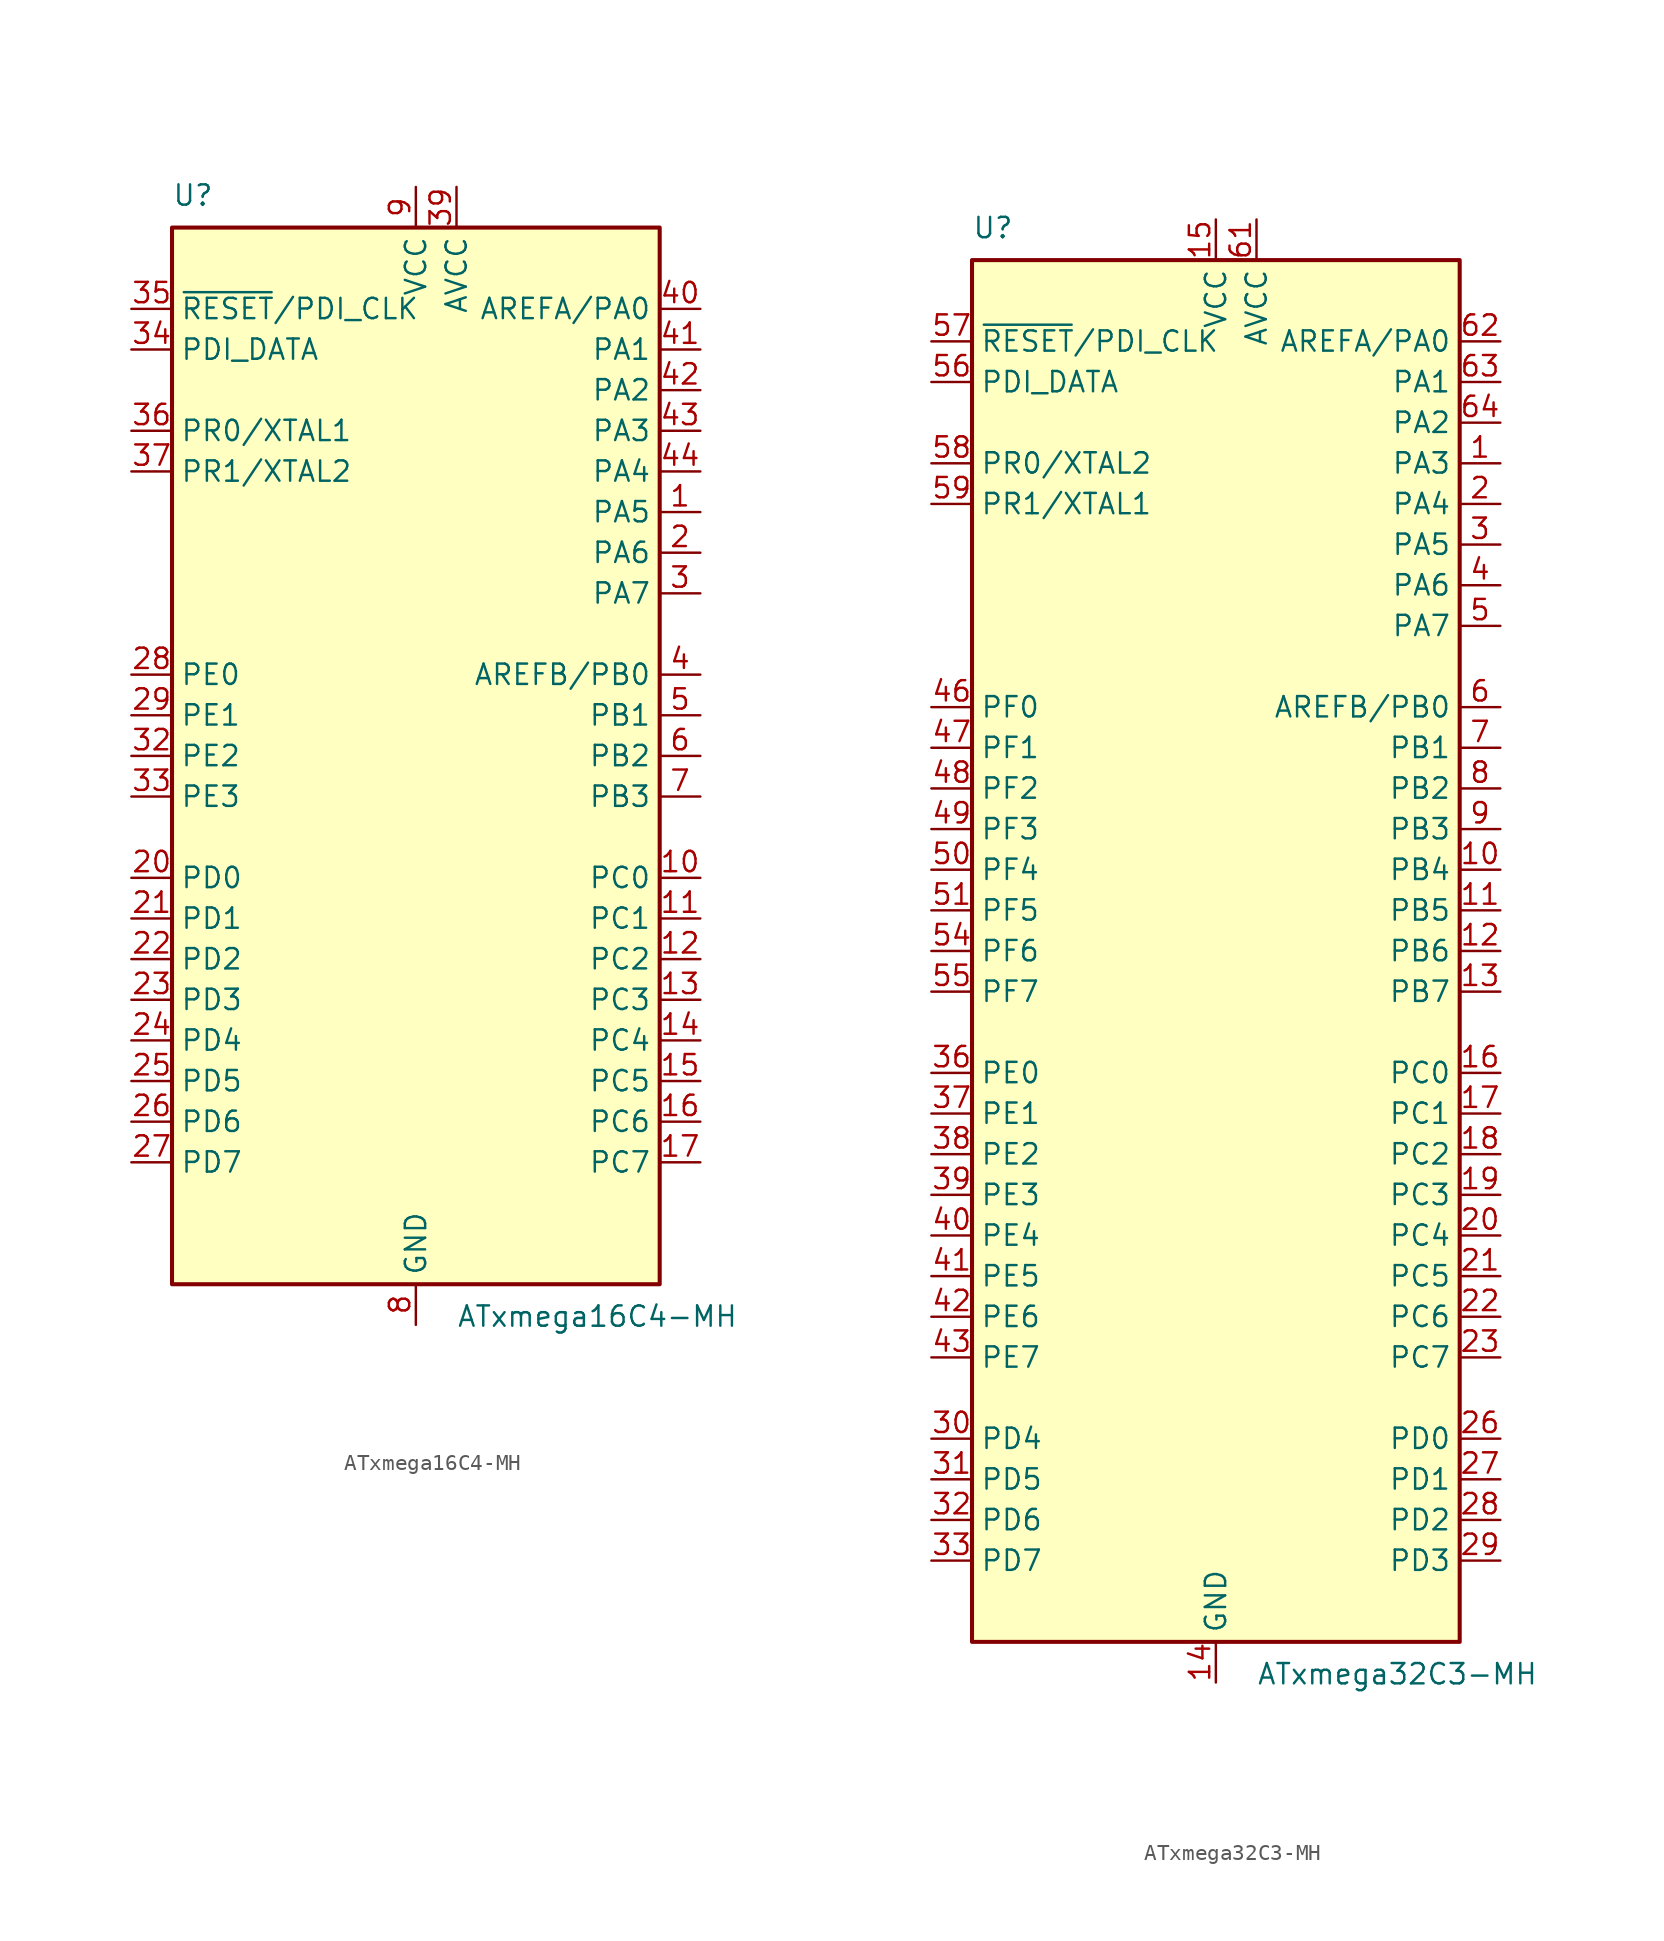
<source format=kicad_sym>
(kicad_symbol_lib
  (version 20201005)
  (generator kicad_symbol_editor)
  (symbol "ATxmega16C4-MH"
    (property "Reference" "U"
      (at -15.24 34.29 0)
      (effects (font (size 1.27 1.27)) (justify left bottom)))
    (property "Value" "ATxmega16C4-MH"
      (at 2.54 -34.29 0)
      (effects (font (size 1.27 1.27)) (justify left top)))
    (symbol "ATxmega16C4-MH_0_1"
      (rectangle (start -15.24 -33.02) (end 15.24 33.02) (stroke (width 0.254)) (fill (type background))))
    (symbol "ATxmega16C4-MH_1_1"
      (pin tri_state line (at 17.78 15.24 180) (length 2.54) (name "PA5" (effects (font (size 1.27 1.27)))) (number "1" (effects (font (size 1.27 1.27)))))
      (pin tri_state line (at 17.78 -7.62 180) (length 2.54) (name "PC0" (effects (font (size 1.27 1.27)))) (number "10" (effects (font (size 1.27 1.27)))))
      (pin tri_state line (at 17.78 -10.16 180) (length 2.54) (name "PC1" (effects (font (size 1.27 1.27)))) (number "11" (effects (font (size 1.27 1.27)))))
      (pin tri_state line (at 17.78 -12.7 180) (length 2.54) (name "PC2" (effects (font (size 1.27 1.27)))) (number "12" (effects (font (size 1.27 1.27)))))
      (pin tri_state line (at 17.78 -15.24 180) (length 2.54) (name "PC3" (effects (font (size 1.27 1.27)))) (number "13" (effects (font (size 1.27 1.27)))))
      (pin tri_state line (at 17.78 -17.78 180) (length 2.54) (name "PC4" (effects (font (size 1.27 1.27)))) (number "14" (effects (font (size 1.27 1.27)))))
      (pin tri_state line (at 17.78 -20.32 180) (length 2.54) (name "PC5" (effects (font (size 1.27 1.27)))) (number "15" (effects (font (size 1.27 1.27)))))
      (pin tri_state line (at 17.78 -22.86 180) (length 2.54) (name "PC6" (effects (font (size 1.27 1.27)))) (number "16" (effects (font (size 1.27 1.27)))))
      (pin tri_state line (at 17.78 -25.4 180) (length 2.54) (name "PC7" (effects (font (size 1.27 1.27)))) (number "17" (effects (font (size 1.27 1.27)))))
      (pin passive line (at 0 -35.56 90) (length 2.54) hide (name "GND" (effects (font (size 1.27 1.27)))) (number "18" (effects (font (size 1.27 1.27)))))
      (pin passive line (at 0 35.56 270) (length 2.54) hide (name "VCC" (effects (font (size 1.27 1.27)))) (number "19" (effects (font (size 1.27 1.27)))))
      (pin tri_state line (at 17.78 12.7 180) (length 2.54) (name "PA6" (effects (font (size 1.27 1.27)))) (number "2" (effects (font (size 1.27 1.27)))))
      (pin tri_state line (at -17.78 -7.62 0) (length 2.54) (name "PD0" (effects (font (size 1.27 1.27)))) (number "20" (effects (font (size 1.27 1.27)))))
      (pin tri_state line (at -17.78 -10.16 0) (length 2.54) (name "PD1" (effects (font (size 1.27 1.27)))) (number "21" (effects (font (size 1.27 1.27)))))
      (pin tri_state line (at -17.78 -12.7 0) (length 2.54) (name "PD2" (effects (font (size 1.27 1.27)))) (number "22" (effects (font (size 1.27 1.27)))))
      (pin tri_state line (at -17.78 -15.24 0) (length 2.54) (name "PD3" (effects (font (size 1.27 1.27)))) (number "23" (effects (font (size 1.27 1.27)))))
      (pin tri_state line (at -17.78 -17.78 0) (length 2.54) (name "PD4" (effects (font (size 1.27 1.27)))) (number "24" (effects (font (size 1.27 1.27)))))
      (pin tri_state line (at -17.78 -20.32 0) (length 2.54) (name "PD5" (effects (font (size 1.27 1.27)))) (number "25" (effects (font (size 1.27 1.27)))))
      (pin tri_state line (at -17.78 -22.86 0) (length 2.54) (name "PD6" (effects (font (size 1.27 1.27)))) (number "26" (effects (font (size 1.27 1.27)))))
      (pin tri_state line (at -17.78 -25.4 0) (length 2.54) (name "PD7" (effects (font (size 1.27 1.27)))) (number "27" (effects (font (size 1.27 1.27)))))
      (pin tri_state line (at -17.78 5.08 0) (length 2.54) (name "PE0" (effects (font (size 1.27 1.27)))) (number "28" (effects (font (size 1.27 1.27)))))
      (pin tri_state line (at -17.78 2.54 0) (length 2.54) (name "PE1" (effects (font (size 1.27 1.27)))) (number "29" (effects (font (size 1.27 1.27)))))
      (pin tri_state line (at 17.78 10.16 180) (length 2.54) (name "PA7" (effects (font (size 1.27 1.27)))) (number "3" (effects (font (size 1.27 1.27)))))
      (pin passive line (at 0 -35.56 90) (length 2.54) hide (name "GND" (effects (font (size 1.27 1.27)))) (number "30" (effects (font (size 1.27 1.27)))))
      (pin passive line (at 0 35.56 270) (length 2.54) hide (name "VCC" (effects (font (size 1.27 1.27)))) (number "31" (effects (font (size 1.27 1.27)))))
      (pin tri_state line (at -17.78 0 0) (length 2.54) (name "PE2" (effects (font (size 1.27 1.27)))) (number "32" (effects (font (size 1.27 1.27)))))
      (pin tri_state line (at -17.78 -2.54 0) (length 2.54) (name "PE3" (effects (font (size 1.27 1.27)))) (number "33" (effects (font (size 1.27 1.27)))))
      (pin bidirectional line (at -17.78 25.4 0) (length 2.54) (name "PDI_DATA" (effects (font (size 1.27 1.27)))) (number "34" (effects (font (size 1.27 1.27)))))
      (pin input line (at -17.78 27.94 0) (length 2.54) (name "~RESET~/PDI_CLK" (effects (font (size 1.27 1.27)))) (number "35" (effects (font (size 1.27 1.27)))))
      (pin tri_state line (at -17.78 20.32 0) (length 2.54) (name "PR0/XTAL1" (effects (font (size 1.27 1.27)))) (number "36" (effects (font (size 1.27 1.27)))))
      (pin tri_state line (at -17.78 17.78 0) (length 2.54) (name "PR1/XTAL2" (effects (font (size 1.27 1.27)))) (number "37" (effects (font (size 1.27 1.27)))))
      (pin passive line (at 0 -35.56 90) (length 2.54) hide (name "GND" (effects (font (size 1.27 1.27)))) (number "38" (effects (font (size 1.27 1.27)))))
      (pin power_in line (at 2.54 35.56 270) (length 2.54) (name "AVCC" (effects (font (size 1.27 1.27)))) (number "39" (effects (font (size 1.27 1.27)))))
      (pin tri_state line (at 17.78 5.08 180) (length 2.54) (name "AREFB/PB0" (effects (font (size 1.27 1.27)))) (number "4" (effects (font (size 1.27 1.27)))))
      (pin tri_state line (at 17.78 27.94 180) (length 2.54) (name "AREFA/PA0" (effects (font (size 1.27 1.27)))) (number "40" (effects (font (size 1.27 1.27)))))
      (pin tri_state line (at 17.78 25.4 180) (length 2.54) (name "PA1" (effects (font (size 1.27 1.27)))) (number "41" (effects (font (size 1.27 1.27)))))
      (pin tri_state line (at 17.78 22.86 180) (length 2.54) (name "PA2" (effects (font (size 1.27 1.27)))) (number "42" (effects (font (size 1.27 1.27)))))
      (pin tri_state line (at 17.78 20.32 180) (length 2.54) (name "PA3" (effects (font (size 1.27 1.27)))) (number "43" (effects (font (size 1.27 1.27)))))
      (pin tri_state line (at 17.78 17.78 180) (length 2.54) (name "PA4" (effects (font (size 1.27 1.27)))) (number "44" (effects (font (size 1.27 1.27)))))
      (pin passive line (at 0 -35.56 90) (length 2.54) hide (name "GND" (effects (font (size 1.27 1.27)))) (number "45" (effects (font (size 1.27 1.27)))))
      (pin tri_state line (at 17.78 2.54 180) (length 2.54) (name "PB1" (effects (font (size 1.27 1.27)))) (number "5" (effects (font (size 1.27 1.27)))))
      (pin tri_state line (at 17.78 0 180) (length 2.54) (name "PB2" (effects (font (size 1.27 1.27)))) (number "6" (effects (font (size 1.27 1.27)))))
      (pin tri_state line (at 17.78 -2.54 180) (length 2.54) (name "PB3" (effects (font (size 1.27 1.27)))) (number "7" (effects (font (size 1.27 1.27)))))
      (pin power_in line (at 0 -35.56 90) (length 2.54) (name "GND" (effects (font (size 1.27 1.27)))) (number "8" (effects (font (size 1.27 1.27)))))
      (pin power_in line (at 0 35.56 270) (length 2.54) (name "VCC" (effects (font (size 1.27 1.27)))) (number "9" (effects (font (size 1.27 1.27)))))))
  (symbol "ATxmega32C3-MH"
    (property "Reference" "U"
      (at -15.24 44.45 0)
      (effects (font (size 1.27 1.27)) (justify left bottom)))
    (property "Value" "ATxmega32C3-MH"
      (at 2.54 -44.45 0)
      (effects (font (size 1.27 1.27)) (justify left top)))
    (symbol "ATxmega32C3-MH_0_1"
      (rectangle (start -15.24 -43.18) (end 15.24 43.18) (stroke (width 0.254)) (fill (type background))))
    (symbol "ATxmega32C3-MH_1_1"
      (pin tri_state line (at 17.78 30.48 180) (length 2.54) (name "PA3" (effects (font (size 1.27 1.27)))) (number "1" (effects (font (size 1.27 1.27)))))
      (pin tri_state line (at 17.78 5.08 180) (length 2.54) (name "PB4" (effects (font (size 1.27 1.27)))) (number "10" (effects (font (size 1.27 1.27)))))
      (pin tri_state line (at 17.78 2.54 180) (length 2.54) (name "PB5" (effects (font (size 1.27 1.27)))) (number "11" (effects (font (size 1.27 1.27)))))
      (pin tri_state line (at 17.78 0 180) (length 2.54) (name "PB6" (effects (font (size 1.27 1.27)))) (number "12" (effects (font (size 1.27 1.27)))))
      (pin tri_state line (at 17.78 -2.54 180) (length 2.54) (name "PB7" (effects (font (size 1.27 1.27)))) (number "13" (effects (font (size 1.27 1.27)))))
      (pin power_in line (at 0 -45.72 90) (length 2.54) (name "GND" (effects (font (size 1.27 1.27)))) (number "14" (effects (font (size 1.27 1.27)))))
      (pin power_in line (at 0 45.72 270) (length 2.54) (name "VCC" (effects (font (size 1.27 1.27)))) (number "15" (effects (font (size 1.27 1.27)))))
      (pin tri_state line (at 17.78 -7.62 180) (length 2.54) (name "PC0" (effects (font (size 1.27 1.27)))) (number "16" (effects (font (size 1.27 1.27)))))
      (pin tri_state line (at 17.78 -10.16 180) (length 2.54) (name "PC1" (effects (font (size 1.27 1.27)))) (number "17" (effects (font (size 1.27 1.27)))))
      (pin tri_state line (at 17.78 -12.7 180) (length 2.54) (name "PC2" (effects (font (size 1.27 1.27)))) (number "18" (effects (font (size 1.27 1.27)))))
      (pin tri_state line (at 17.78 -15.24 180) (length 2.54) (name "PC3" (effects (font (size 1.27 1.27)))) (number "19" (effects (font (size 1.27 1.27)))))
      (pin tri_state line (at 17.78 27.94 180) (length 2.54) (name "PA4" (effects (font (size 1.27 1.27)))) (number "2" (effects (font (size 1.27 1.27)))))
      (pin tri_state line (at 17.78 -17.78 180) (length 2.54) (name "PC4" (effects (font (size 1.27 1.27)))) (number "20" (effects (font (size 1.27 1.27)))))
      (pin tri_state line (at 17.78 -20.32 180) (length 2.54) (name "PC5" (effects (font (size 1.27 1.27)))) (number "21" (effects (font (size 1.27 1.27)))))
      (pin tri_state line (at 17.78 -22.86 180) (length 2.54) (name "PC6" (effects (font (size 1.27 1.27)))) (number "22" (effects (font (size 1.27 1.27)))))
      (pin tri_state line (at 17.78 -25.4 180) (length 2.54) (name "PC7" (effects (font (size 1.27 1.27)))) (number "23" (effects (font (size 1.27 1.27)))))
      (pin passive line (at 0 -45.72 90) (length 2.54) hide (name "GND" (effects (font (size 1.27 1.27)))) (number "24" (effects (font (size 1.27 1.27)))))
      (pin passive line (at 0 45.72 270) (length 2.54) hide (name "VCC" (effects (font (size 1.27 1.27)))) (number "25" (effects (font (size 1.27 1.27)))))
      (pin tri_state line (at 17.78 -30.48 180) (length 2.54) (name "PD0" (effects (font (size 1.27 1.27)))) (number "26" (effects (font (size 1.27 1.27)))))
      (pin tri_state line (at 17.78 -33.02 180) (length 2.54) (name "PD1" (effects (font (size 1.27 1.27)))) (number "27" (effects (font (size 1.27 1.27)))))
      (pin tri_state line (at 17.78 -35.56 180) (length 2.54) (name "PD2" (effects (font (size 1.27 1.27)))) (number "28" (effects (font (size 1.27 1.27)))))
      (pin tri_state line (at 17.78 -38.1 180) (length 2.54) (name "PD3" (effects (font (size 1.27 1.27)))) (number "29" (effects (font (size 1.27 1.27)))))
      (pin tri_state line (at 17.78 25.4 180) (length 2.54) (name "PA5" (effects (font (size 1.27 1.27)))) (number "3" (effects (font (size 1.27 1.27)))))
      (pin tri_state line (at -17.78 -30.48 0) (length 2.54) (name "PD4" (effects (font (size 1.27 1.27)))) (number "30" (effects (font (size 1.27 1.27)))))
      (pin tri_state line (at -17.78 -33.02 0) (length 2.54) (name "PD5" (effects (font (size 1.27 1.27)))) (number "31" (effects (font (size 1.27 1.27)))))
      (pin tri_state line (at -17.78 -35.56 0) (length 2.54) (name "PD6" (effects (font (size 1.27 1.27)))) (number "32" (effects (font (size 1.27 1.27)))))
      (pin tri_state line (at -17.78 -38.1 0) (length 2.54) (name "PD7" (effects (font (size 1.27 1.27)))) (number "33" (effects (font (size 1.27 1.27)))))
      (pin passive line (at 0 -45.72 90) (length 2.54) hide (name "GND" (effects (font (size 1.27 1.27)))) (number "34" (effects (font (size 1.27 1.27)))))
      (pin passive line (at 0 45.72 270) (length 2.54) hide (name "VCC" (effects (font (size 1.27 1.27)))) (number "35" (effects (font (size 1.27 1.27)))))
      (pin tri_state line (at -17.78 -7.62 0) (length 2.54) (name "PE0" (effects (font (size 1.27 1.27)))) (number "36" (effects (font (size 1.27 1.27)))))
      (pin tri_state line (at -17.78 -10.16 0) (length 2.54) (name "PE1" (effects (font (size 1.27 1.27)))) (number "37" (effects (font (size 1.27 1.27)))))
      (pin tri_state line (at -17.78 -12.7 0) (length 2.54) (name "PE2" (effects (font (size 1.27 1.27)))) (number "38" (effects (font (size 1.27 1.27)))))
      (pin tri_state line (at -17.78 -15.24 0) (length 2.54) (name "PE3" (effects (font (size 1.27 1.27)))) (number "39" (effects (font (size 1.27 1.27)))))
      (pin tri_state line (at 17.78 22.86 180) (length 2.54) (name "PA6" (effects (font (size 1.27 1.27)))) (number "4" (effects (font (size 1.27 1.27)))))
      (pin tri_state line (at -17.78 -17.78 0) (length 2.54) (name "PE4" (effects (font (size 1.27 1.27)))) (number "40" (effects (font (size 1.27 1.27)))))
      (pin tri_state line (at -17.78 -20.32 0) (length 2.54) (name "PE5" (effects (font (size 1.27 1.27)))) (number "41" (effects (font (size 1.27 1.27)))))
      (pin tri_state line (at -17.78 -22.86 0) (length 2.54) (name "PE6" (effects (font (size 1.27 1.27)))) (number "42" (effects (font (size 1.27 1.27)))))
      (pin tri_state line (at -17.78 -25.4 0) (length 2.54) (name "PE7" (effects (font (size 1.27 1.27)))) (number "43" (effects (font (size 1.27 1.27)))))
      (pin passive line (at 0 -45.72 90) (length 2.54) hide (name "GND" (effects (font (size 1.27 1.27)))) (number "44" (effects (font (size 1.27 1.27)))))
      (pin passive line (at 0 45.72 270) (length 2.54) hide (name "VCC" (effects (font (size 1.27 1.27)))) (number "45" (effects (font (size 1.27 1.27)))))
      (pin tri_state line (at -17.78 15.24 0) (length 2.54) (name "PF0" (effects (font (size 1.27 1.27)))) (number "46" (effects (font (size 1.27 1.27)))))
      (pin tri_state line (at -17.78 12.7 0) (length 2.54) (name "PF1" (effects (font (size 1.27 1.27)))) (number "47" (effects (font (size 1.27 1.27)))))
      (pin tri_state line (at -17.78 10.16 0) (length 2.54) (name "PF2" (effects (font (size 1.27 1.27)))) (number "48" (effects (font (size 1.27 1.27)))))
      (pin tri_state line (at -17.78 7.62 0) (length 2.54) (name "PF3" (effects (font (size 1.27 1.27)))) (number "49" (effects (font (size 1.27 1.27)))))
      (pin tri_state line (at 17.78 20.32 180) (length 2.54) (name "PA7" (effects (font (size 1.27 1.27)))) (number "5" (effects (font (size 1.27 1.27)))))
      (pin tri_state line (at -17.78 5.08 0) (length 2.54) (name "PF4" (effects (font (size 1.27 1.27)))) (number "50" (effects (font (size 1.27 1.27)))))
      (pin tri_state line (at -17.78 2.54 0) (length 2.54) (name "PF5" (effects (font (size 1.27 1.27)))) (number "51" (effects (font (size 1.27 1.27)))))
      (pin passive line (at 0 -45.72 90) (length 2.54) hide (name "GND" (effects (font (size 1.27 1.27)))) (number "52" (effects (font (size 1.27 1.27)))))
      (pin passive line (at 0 45.72 270) (length 2.54) hide (name "VCC" (effects (font (size 1.27 1.27)))) (number "53" (effects (font (size 1.27 1.27)))))
      (pin tri_state line (at -17.78 0 0) (length 2.54) (name "PF6" (effects (font (size 1.27 1.27)))) (number "54" (effects (font (size 1.27 1.27)))))
      (pin tri_state line (at -17.78 -2.54 0) (length 2.54) (name "PF7" (effects (font (size 1.27 1.27)))) (number "55" (effects (font (size 1.27 1.27)))))
      (pin bidirectional line (at -17.78 35.56 0) (length 2.54) (name "PDI_DATA" (effects (font (size 1.27 1.27)))) (number "56" (effects (font (size 1.27 1.27)))))
      (pin input line (at -17.78 38.1 0) (length 2.54) (name "~RESET~/PDI_CLK" (effects (font (size 1.27 1.27)))) (number "57" (effects (font (size 1.27 1.27)))))
      (pin tri_state line (at -17.78 30.48 0) (length 2.54) (name "PR0/XTAL2" (effects (font (size 1.27 1.27)))) (number "58" (effects (font (size 1.27 1.27)))))
      (pin tri_state line (at -17.78 27.94 0) (length 2.54) (name "PR1/XTAL1" (effects (font (size 1.27 1.27)))) (number "59" (effects (font (size 1.27 1.27)))))
      (pin tri_state line (at 17.78 15.24 180) (length 2.54) (name "AREFB/PB0" (effects (font (size 1.27 1.27)))) (number "6" (effects (font (size 1.27 1.27)))))
      (pin passive line (at 0 -45.72 90) (length 2.54) hide (name "GND" (effects (font (size 1.27 1.27)))) (number "60" (effects (font (size 1.27 1.27)))))
      (pin power_in line (at 2.54 45.72 270) (length 2.54) (name "AVCC" (effects (font (size 1.27 1.27)))) (number "61" (effects (font (size 1.27 1.27)))))
      (pin tri_state line (at 17.78 38.1 180) (length 2.54) (name "AREFA/PA0" (effects (font (size 1.27 1.27)))) (number "62" (effects (font (size 1.27 1.27)))))
      (pin tri_state line (at 17.78 35.56 180) (length 2.54) (name "PA1" (effects (font (size 1.27 1.27)))) (number "63" (effects (font (size 1.27 1.27)))))
      (pin tri_state line (at 17.78 33.02 180) (length 2.54) (name "PA2" (effects (font (size 1.27 1.27)))) (number "64" (effects (font (size 1.27 1.27)))))
      (pin passive line (at 0 -45.72 90) (length 2.54) hide (name "GND" (effects (font (size 1.27 1.27)))) (number "65" (effects (font (size 1.27 1.27)))))
      (pin tri_state line (at 17.78 12.7 180) (length 2.54) (name "PB1" (effects (font (size 1.27 1.27)))) (number "7" (effects (font (size 1.27 1.27)))))
      (pin tri_state line (at 17.78 10.16 180) (length 2.54) (name "PB2" (effects (font (size 1.27 1.27)))) (number "8" (effects (font (size 1.27 1.27)))))
      (pin tri_state line (at 17.78 7.62 180) (length 2.54) (name "PB3" (effects (font (size 1.27 1.27)))) (number "9" (effects (font (size 1.27 1.27))))))))
</source>
